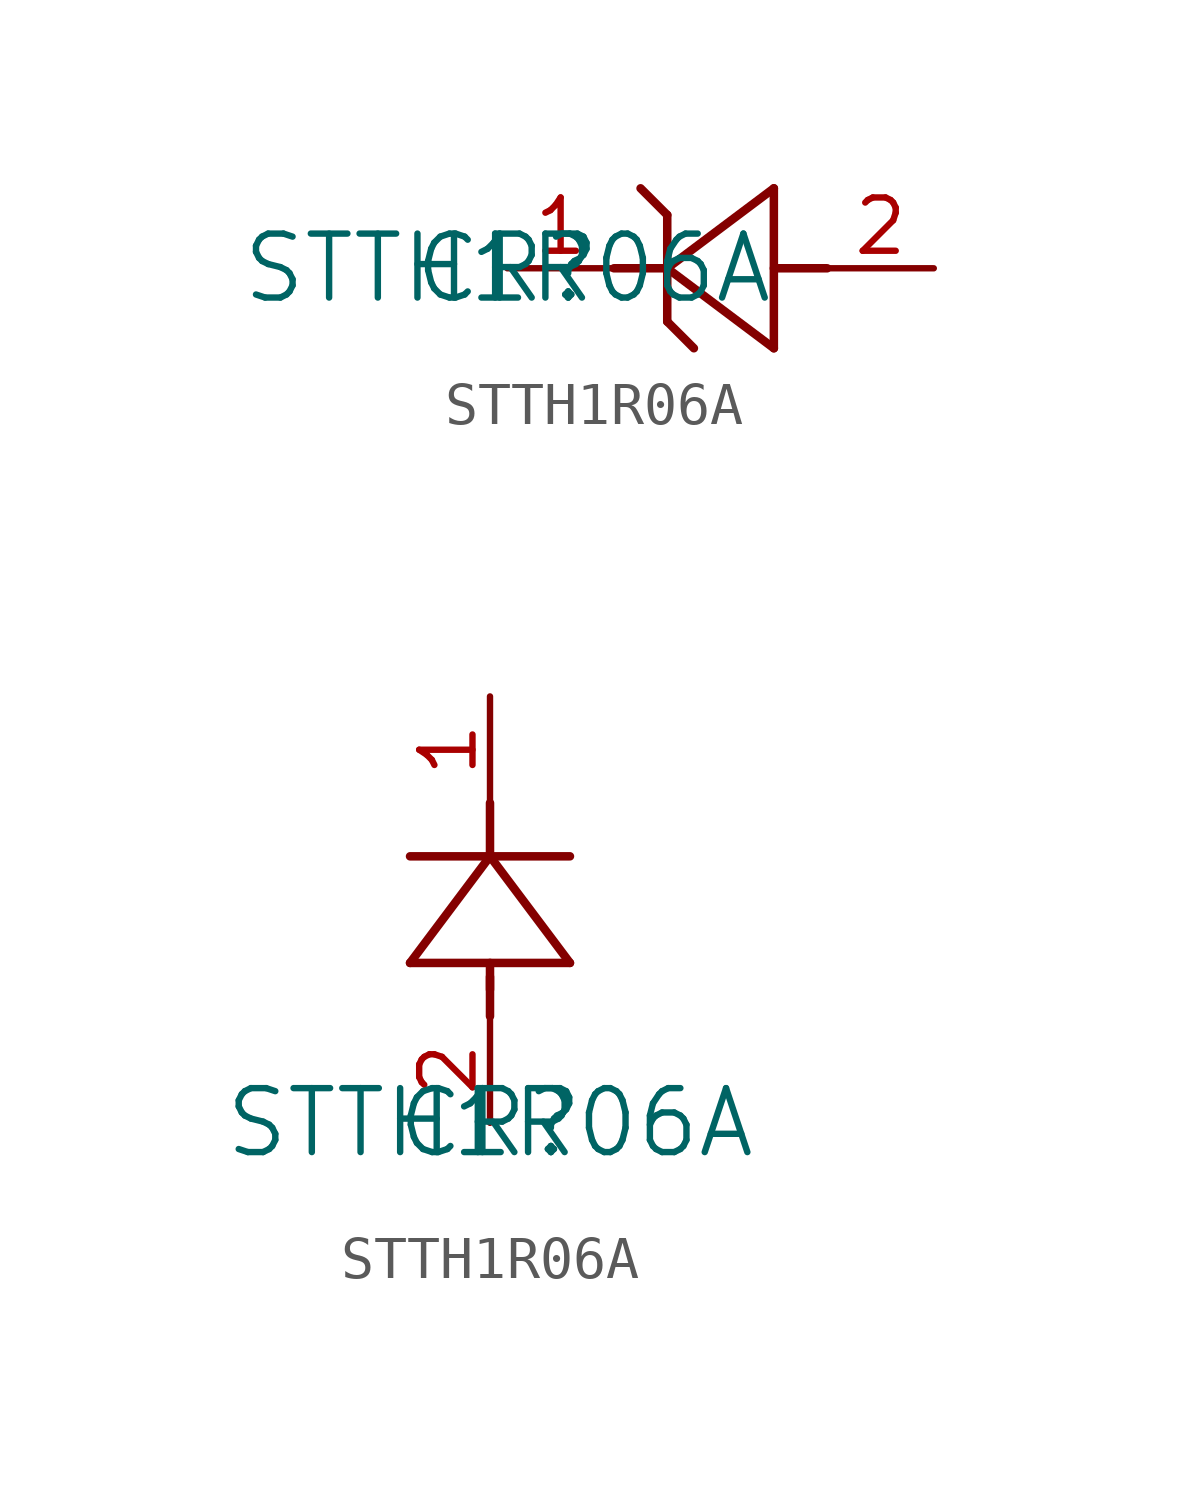
<source format=kicad_sym>
(kicad_symbol_lib
  (version 20211014)
  (generator kicad_symbol_editor)
  (symbol "STTH1R06A"
    (pin_names
      (offset 0.254))
    (property "Reference" "CR"
      (at 0 0 0)
      (effects (font (size 1.524 1.524))))
    (property "Value" "STTH1R06A"
      (at 0 0 0)
      (effects (font (size 1.524 1.524))))
    (symbol "STTH1R06A_1_1"
      (polyline (pts (xy 3.81 -1.27) (xy 4.445 -1.905)) (stroke (width 0.203) (type default) (color 0 0 0 0)) (fill (type none)))
      (polyline (pts (xy 7.62 0) (xy 6.35 0)) (stroke (width 0.203) (type default) (color 0 0 0 0)) (fill (type none)))
      (polyline (pts (xy 3.175 1.905) (xy 3.81 1.27)) (stroke (width 0.203) (type default) (color 0 0 0 0)) (fill (type none)))
      (polyline (pts (xy 6.35 -1.905) (xy 6.35 1.905)) (stroke (width 0.203) (type default) (color 0 0 0 0)) (fill (type none)))
      (polyline (pts (xy 3.81 1.27) (xy 3.81 -1.27)) (stroke (width 0.203) (type default) (color 0 0 0 0)) (fill (type none)))
      (polyline (pts (xy 3.81 0) (xy 6.35 -1.905)) (stroke (width 0.203) (type default) (color 0 0 0 0)) (fill (type none)))
      (polyline (pts (xy 6.35 1.905) (xy 3.81 0)) (stroke (width 0.203) (type default) (color 0 0 0 0)) (fill (type none)))
      (polyline (pts (xy 2.54 0) (xy 3.81 0)) (stroke (width 0.203) (type default) (color 0 0 0 0)) (fill (type none)))
      (pin unspecified line (at 0 0 0) (length 2.54) (name "" (effects (font (size 1.27 1.27)))) (number "1" (effects (font (size 1.27 1.27)))))
      (pin unspecified line (at 10.16 0 180) (length 2.54) (name "" (effects (font (size 1.27 1.27)))) (number "2" (effects (font (size 1.27 1.27))))))
    (symbol "STTH1R06A_1_2"
      (polyline (pts (xy 0 2.54) (xy 0 3.48)) (stroke (width 0.203) (type default) (color 0 0 0 0)) (fill (type none)))
      (polyline (pts (xy -1.905 3.81) (xy 1.905 3.81)) (stroke (width 0.203) (type default) (color 0 0 0 0)) (fill (type none)))
      (polyline (pts (xy 0 3.175) (xy 0 3.81)) (stroke (width 0.203) (type default) (color 0 0 0 0)) (fill (type none)))
      (polyline (pts (xy 1.905 6.35) (xy -1.905 6.35)) (stroke (width 0.203) (type default) (color 0 0 0 0)) (fill (type none)))
      (polyline (pts (xy 0 6.35) (xy 0 7.62)) (stroke (width 0.203) (type default) (color 0 0 0 0)) (fill (type none)))
      (polyline (pts (xy 0 6.35) (xy -1.905 3.81)) (stroke (width 0.203) (type default) (color 0 0 0 0)) (fill (type none)))
      (polyline (pts (xy 1.905 3.81) (xy 0 6.35)) (stroke (width 0.203) (type default) (color 0 0 0 0)) (fill (type none)))
      (pin unspecified line (at 0 10.16 270) (length 2.54) (name "" (effects (font (size 1.27 1.27)))) (number "1" (effects (font (size 1.27 1.27)))))
      (pin unspecified line (at 0 0 90) (length 2.54) (name "" (effects (font (size 1.27 1.27)))) (number "2" (effects (font (size 1.27 1.27))))))))
</source>
